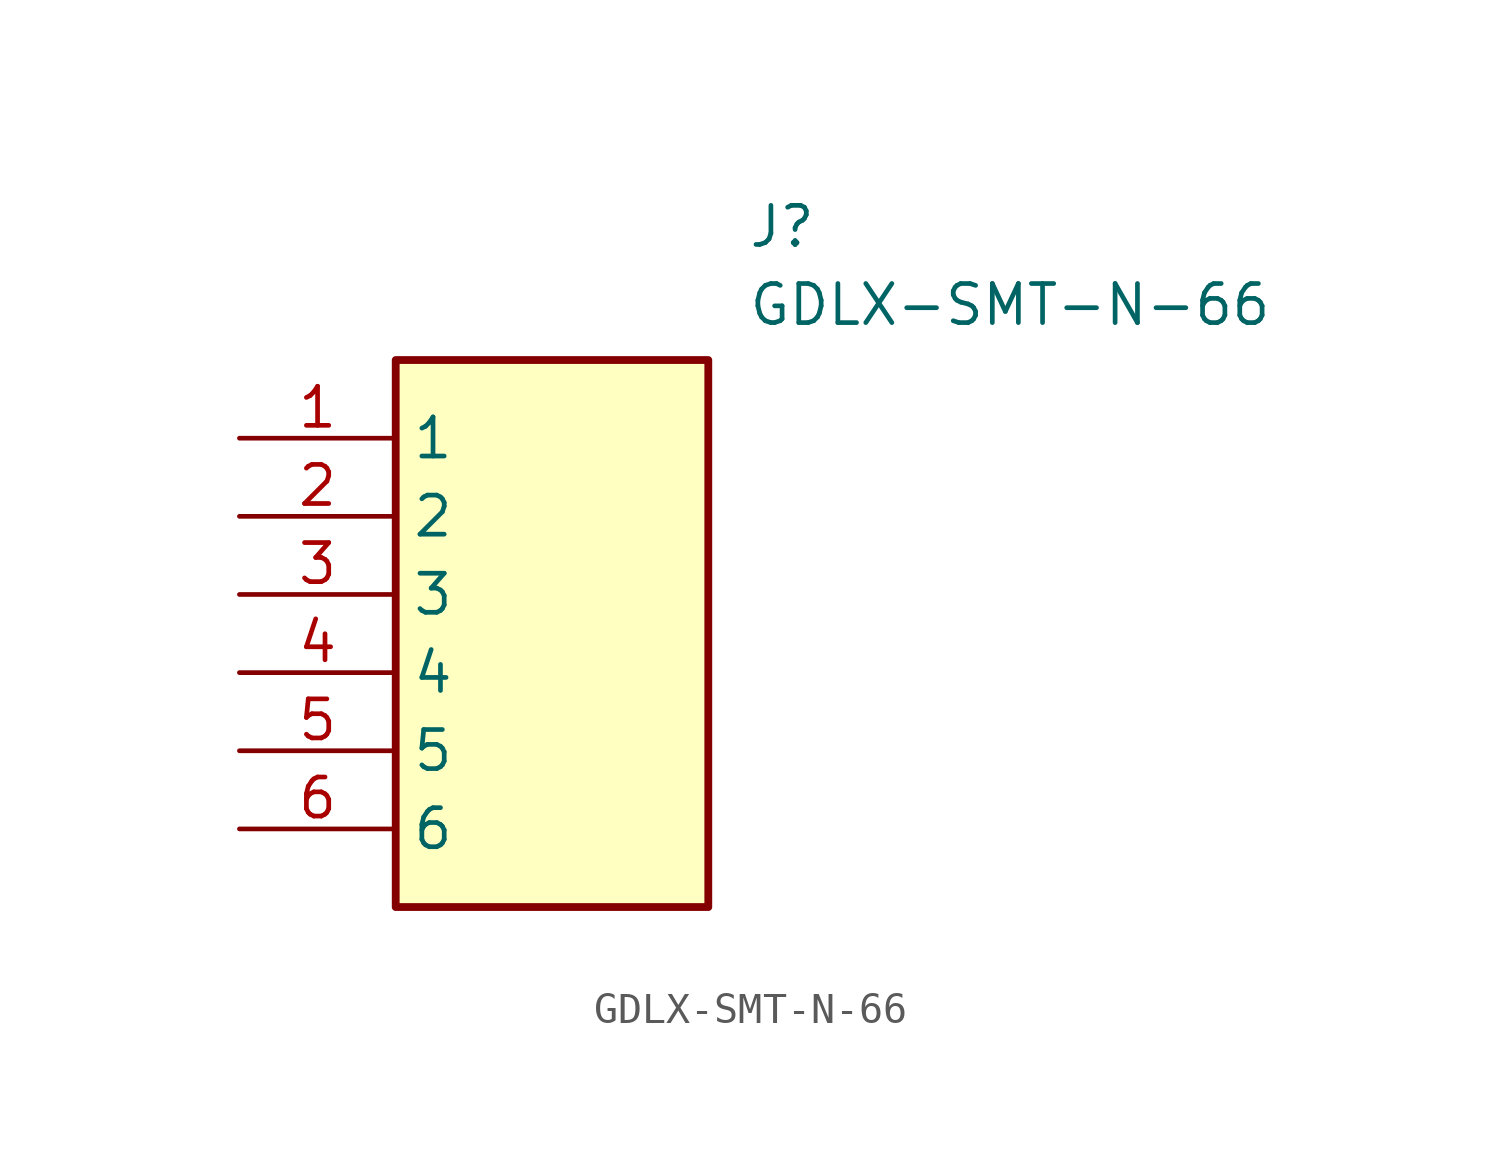
<source format=kicad_sym>
(kicad_symbol_lib
  (version 20211014)
  (generator SamacSys_ECAD_Model)
  (symbol "GDLX-SMT-N-66"
    (property "Reference" "J"
      (at 16.51 7.62 0)
      (effects (font (size 1.27 1.27)) (justify left top)))
    (property "Value" "GDLX-SMT-N-66"
      (at 16.51 5.08 0)
      (effects (font (size 1.27 1.27)) (justify left top)))
    (rectangle
      (start 5.08 2.54)
      (end 15.24 -15.24)
      (stroke (width 0.254) (type default))
      (fill (type background)))
    (pin passive line
      (at 0 0 0)
      (length 5.08)
      (name "1" (effects (font (size 1.27 1.27))))
      (number "1" (effects (font (size 1.27 1.27)))))
    (pin passive line
      (at 0 -2.54 0)
      (length 5.08)
      (name "2" (effects (font (size 1.27 1.27))))
      (number "2" (effects (font (size 1.27 1.27)))))
    (pin passive line
      (at 0 -5.08 0)
      (length 5.08)
      (name "3" (effects (font (size 1.27 1.27))))
      (number "3" (effects (font (size 1.27 1.27)))))
    (pin passive line
      (at 0 -7.62 0)
      (length 5.08)
      (name "4" (effects (font (size 1.27 1.27))))
      (number "4" (effects (font (size 1.27 1.27)))))
    (pin passive line
      (at 0 -10.16 0)
      (length 5.08)
      (name "5" (effects (font (size 1.27 1.27))))
      (number "5" (effects (font (size 1.27 1.27)))))
    (pin passive line
      (at 0 -12.7 0)
      (length 5.08)
      (name "6" (effects (font (size 1.27 1.27))))
      (number "6" (effects (font (size 1.27 1.27)))))))
</source>
